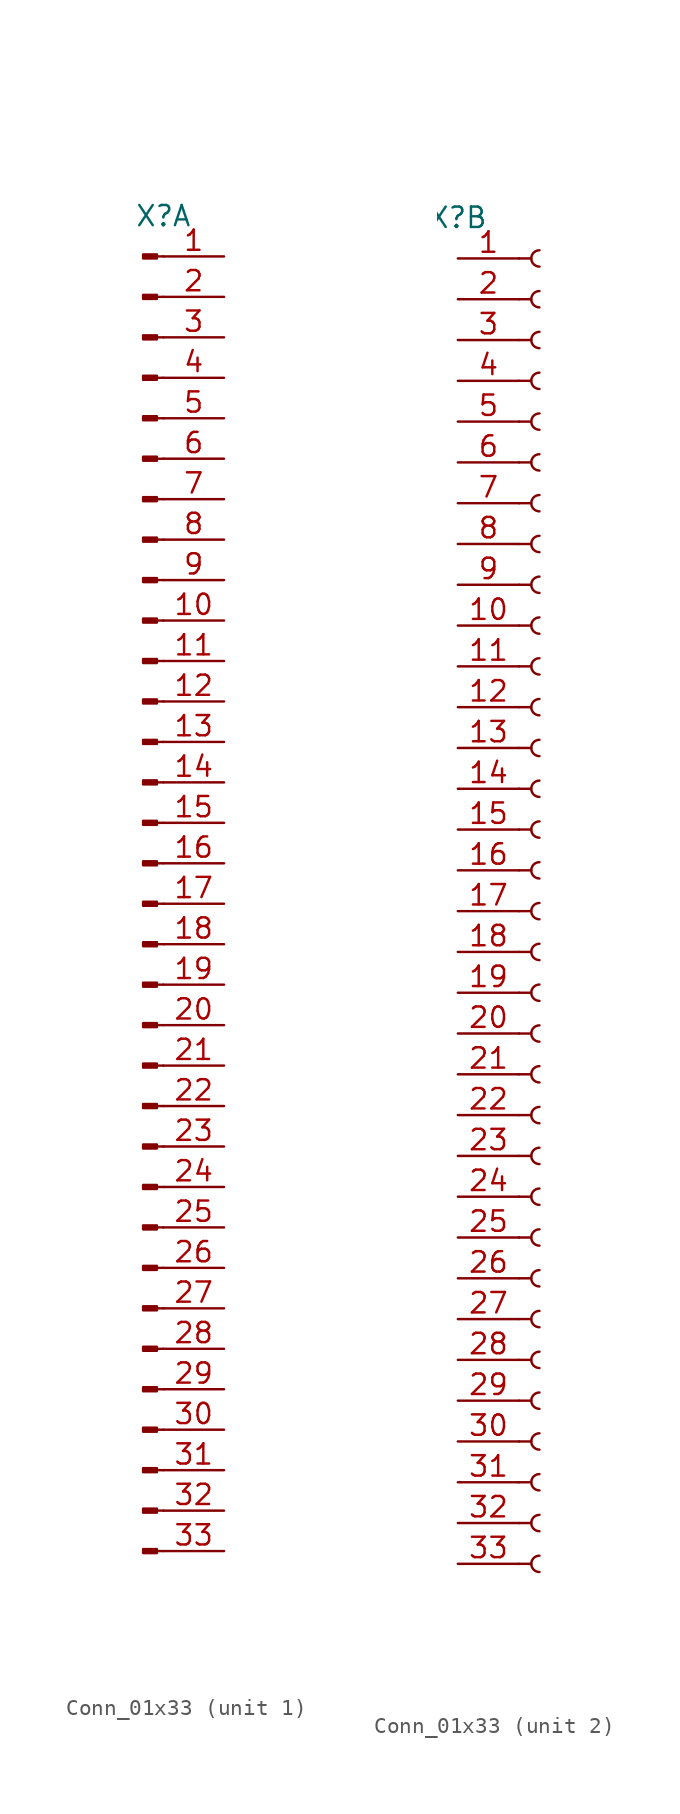
<source format=kicad_sym>
(kicad_symbol_lib
  (version 20241209)
  (generator "kicad_symbol_editor")
  (generator_version "9.0")
  (symbol "Conn_01x33"
    (pin_names
      (offset 1.016)
      (hide yes))
    (property "Reference" "X"
      (at 0 43.18 0)
      (effects (font (size 1.27 1.27))))
    (property "ki_locked" ""
      (at 0 0 0)
      (effects (font (size 1.27 1.27))))
    (symbol "Conn_01x33_1_1"
      (rectangle (start -0.406 40.767) (end -1.27 40.513) (stroke (width 0.152) (type default)) (fill (type outline)))
      (rectangle (start -0.406 38.227) (end -1.27 37.973) (stroke (width 0.152) (type default)) (fill (type outline)))
      (rectangle (start -0.406 35.687) (end -1.27 35.433) (stroke (width 0.152) (type default)) (fill (type outline)))
      (rectangle (start -0.406 33.147) (end -1.27 32.893) (stroke (width 0.152) (type default)) (fill (type outline)))
      (rectangle (start -0.406 30.607) (end -1.27 30.353) (stroke (width 0.152) (type default)) (fill (type outline)))
      (rectangle (start -0.406 28.067) (end -1.27 27.813) (stroke (width 0.152) (type default)) (fill (type outline)))
      (rectangle (start -0.406 25.527) (end -1.27 25.273) (stroke (width 0.152) (type default)) (fill (type outline)))
      (rectangle (start -0.406 22.987) (end -1.27 22.733) (stroke (width 0.152) (type default)) (fill (type outline)))
      (rectangle (start -0.406 20.447) (end -1.27 20.193) (stroke (width 0.152) (type default)) (fill (type outline)))
      (rectangle (start -0.406 17.907) (end -1.27 17.653) (stroke (width 0.152) (type default)) (fill (type outline)))
      (rectangle (start -0.406 15.367) (end -1.27 15.113) (stroke (width 0.152) (type default)) (fill (type outline)))
      (rectangle (start -0.406 12.827) (end -1.27 12.573) (stroke (width 0.152) (type default)) (fill (type outline)))
      (rectangle (start -0.406 10.287) (end -1.27 10.033) (stroke (width 0.152) (type default)) (fill (type outline)))
      (rectangle (start -0.406 7.747) (end -1.27 7.493) (stroke (width 0.152) (type default)) (fill (type outline)))
      (rectangle (start -0.406 5.207) (end -1.27 4.953) (stroke (width 0.152) (type default)) (fill (type outline)))
      (rectangle (start -0.406 2.667) (end -1.27 2.413) (stroke (width 0.152) (type default)) (fill (type outline)))
      (rectangle (start -0.406 0.127) (end -1.27 -0.127) (stroke (width 0.152) (type default)) (fill (type outline)))
      (rectangle (start -0.406 -2.413) (end -1.27 -2.667) (stroke (width 0.152) (type default)) (fill (type outline)))
      (rectangle (start -0.406 -4.953) (end -1.27 -5.207) (stroke (width 0.152) (type default)) (fill (type outline)))
      (rectangle (start -0.406 -7.493) (end -1.27 -7.747) (stroke (width 0.152) (type default)) (fill (type outline)))
      (rectangle (start -0.406 -10.033) (end -1.27 -10.287) (stroke (width 0.152) (type default)) (fill (type outline)))
      (rectangle (start -0.406 -12.573) (end -1.27 -12.827) (stroke (width 0.152) (type default)) (fill (type outline)))
      (rectangle (start -0.406 -15.113) (end -1.27 -15.367) (stroke (width 0.152) (type default)) (fill (type outline)))
      (rectangle (start -0.406 -17.653) (end -1.27 -17.907) (stroke (width 0.152) (type default)) (fill (type outline)))
      (rectangle (start -0.406 -20.193) (end -1.27 -20.447) (stroke (width 0.152) (type default)) (fill (type outline)))
      (rectangle (start -0.406 -22.733) (end -1.27 -22.987) (stroke (width 0.152) (type default)) (fill (type outline)))
      (rectangle (start -0.406 -25.273) (end -1.27 -25.527) (stroke (width 0.152) (type default)) (fill (type outline)))
      (rectangle (start -0.406 -27.813) (end -1.27 -28.067) (stroke (width 0.152) (type default)) (fill (type outline)))
      (rectangle (start -0.406 -30.353) (end -1.27 -30.607) (stroke (width 0.152) (type default)) (fill (type outline)))
      (rectangle (start -0.406 -32.893) (end -1.27 -33.147) (stroke (width 0.152) (type default)) (fill (type outline)))
      (rectangle (start -0.406 -35.433) (end -1.27 -35.687) (stroke (width 0.152) (type default)) (fill (type outline)))
      (rectangle (start -0.406 -37.973) (end -1.27 -38.227) (stroke (width 0.152) (type default)) (fill (type outline)))
      (rectangle (start -0.406 -40.513) (end -1.27 -40.767) (stroke (width 0.152) (type default)) (fill (type outline)))
      (polyline (pts (xy 0 40.64) (xy -0.406 40.64)) (stroke (width 0.152) (type default)) (fill (type none)))
      (polyline (pts (xy 0 38.1) (xy -0.406 38.1)) (stroke (width 0.152) (type default)) (fill (type none)))
      (polyline (pts (xy 0 35.56) (xy -0.406 35.56)) (stroke (width 0.152) (type default)) (fill (type none)))
      (polyline (pts (xy 0 33.02) (xy -0.406 33.02)) (stroke (width 0.152) (type default)) (fill (type none)))
      (polyline (pts (xy 0 30.48) (xy -0.406 30.48)) (stroke (width 0.152) (type default)) (fill (type none)))
      (polyline (pts (xy 0 27.94) (xy -0.406 27.94)) (stroke (width 0.152) (type default)) (fill (type none)))
      (polyline (pts (xy 0 25.4) (xy -0.406 25.4)) (stroke (width 0.152) (type default)) (fill (type none)))
      (polyline (pts (xy 0 22.86) (xy -0.406 22.86)) (stroke (width 0.152) (type default)) (fill (type none)))
      (polyline (pts (xy 0 20.32) (xy -0.406 20.32)) (stroke (width 0.152) (type default)) (fill (type none)))
      (polyline (pts (xy 0 17.78) (xy -0.406 17.78)) (stroke (width 0.152) (type default)) (fill (type none)))
      (polyline (pts (xy 0 15.24) (xy -0.406 15.24)) (stroke (width 0.152) (type default)) (fill (type none)))
      (polyline (pts (xy 0 12.7) (xy -0.406 12.7)) (stroke (width 0.152) (type default)) (fill (type none)))
      (polyline (pts (xy 0 10.16) (xy -0.406 10.16)) (stroke (width 0.152) (type default)) (fill (type none)))
      (polyline (pts (xy 0 7.62) (xy -0.406 7.62)) (stroke (width 0.152) (type default)) (fill (type none)))
      (polyline (pts (xy 0 5.08) (xy -0.406 5.08)) (stroke (width 0.152) (type default)) (fill (type none)))
      (polyline (pts (xy 0 2.54) (xy -0.406 2.54)) (stroke (width 0.152) (type default)) (fill (type none)))
      (polyline (pts (xy 0 0) (xy -0.406 0)) (stroke (width 0.152) (type default)) (fill (type none)))
      (polyline (pts (xy 0 -2.54) (xy -0.406 -2.54)) (stroke (width 0.152) (type default)) (fill (type none)))
      (polyline (pts (xy 0 -5.08) (xy -0.406 -5.08)) (stroke (width 0.152) (type default)) (fill (type none)))
      (polyline (pts (xy 0 -7.62) (xy -0.406 -7.62)) (stroke (width 0.152) (type default)) (fill (type none)))
      (polyline (pts (xy 0 -10.16) (xy -0.406 -10.16)) (stroke (width 0.152) (type default)) (fill (type none)))
      (polyline (pts (xy 0 -12.7) (xy -0.406 -12.7)) (stroke (width 0.152) (type default)) (fill (type none)))
      (polyline (pts (xy 0 -15.24) (xy -0.406 -15.24)) (stroke (width 0.152) (type default)) (fill (type none)))
      (polyline (pts (xy 0 -17.78) (xy -0.406 -17.78)) (stroke (width 0.152) (type default)) (fill (type none)))
      (polyline (pts (xy 0 -20.32) (xy -0.406 -20.32)) (stroke (width 0.152) (type default)) (fill (type none)))
      (polyline (pts (xy 0 -22.86) (xy -0.406 -22.86)) (stroke (width 0.152) (type default)) (fill (type none)))
      (polyline (pts (xy 0 -25.4) (xy -0.406 -25.4)) (stroke (width 0.152) (type default)) (fill (type none)))
      (polyline (pts (xy 0 -27.94) (xy -0.406 -27.94)) (stroke (width 0.152) (type default)) (fill (type none)))
      (polyline (pts (xy 0 -30.48) (xy -0.406 -30.48)) (stroke (width 0.152) (type default)) (fill (type none)))
      (polyline (pts (xy 0 -33.02) (xy -0.406 -33.02)) (stroke (width 0.152) (type default)) (fill (type none)))
      (polyline (pts (xy 0 -35.56) (xy -0.406 -35.56)) (stroke (width 0.152) (type default)) (fill (type none)))
      (polyline (pts (xy 0 -38.1) (xy -0.406 -38.1)) (stroke (width 0.152) (type default)) (fill (type none)))
      (polyline (pts (xy 0 -40.64) (xy -0.406 -40.64)) (stroke (width 0.152) (type default)) (fill (type none)))
      (pin passive line (at 3.81 40.64 180) (length 3.81) (name "Pin_1" (effects (font (size 1.27 1.27)))) (number "1" (effects (font (size 1.27 1.27)))))
      (pin passive line (at 3.81 38.1 180) (length 3.81) (name "Pin_2" (effects (font (size 1.27 1.27)))) (number "2" (effects (font (size 1.27 1.27)))))
      (pin passive line (at 3.81 35.56 180) (length 3.81) (name "Pin_3" (effects (font (size 1.27 1.27)))) (number "3" (effects (font (size 1.27 1.27)))))
      (pin passive line (at 3.81 33.02 180) (length 3.81) (name "Pin_4" (effects (font (size 1.27 1.27)))) (number "4" (effects (font (size 1.27 1.27)))))
      (pin passive line (at 3.81 30.48 180) (length 3.81) (name "Pin_5" (effects (font (size 1.27 1.27)))) (number "5" (effects (font (size 1.27 1.27)))))
      (pin passive line (at 3.81 27.94 180) (length 3.81) (name "Pin_6" (effects (font (size 1.27 1.27)))) (number "6" (effects (font (size 1.27 1.27)))))
      (pin passive line (at 3.81 25.4 180) (length 3.81) (name "Pin_7" (effects (font (size 1.27 1.27)))) (number "7" (effects (font (size 1.27 1.27)))))
      (pin passive line (at 3.81 22.86 180) (length 3.81) (name "Pin_8" (effects (font (size 1.27 1.27)))) (number "8" (effects (font (size 1.27 1.27)))))
      (pin passive line (at 3.81 20.32 180) (length 3.81) (name "Pin_9" (effects (font (size 1.27 1.27)))) (number "9" (effects (font (size 1.27 1.27)))))
      (pin passive line (at 3.81 17.78 180) (length 3.81) (name "Pin_10" (effects (font (size 1.27 1.27)))) (number "10" (effects (font (size 1.27 1.27)))))
      (pin passive line (at 3.81 15.24 180) (length 3.81) (name "Pin_11" (effects (font (size 1.27 1.27)))) (number "11" (effects (font (size 1.27 1.27)))))
      (pin passive line (at 3.81 12.7 180) (length 3.81) (name "Pin_12" (effects (font (size 1.27 1.27)))) (number "12" (effects (font (size 1.27 1.27)))))
      (pin passive line (at 3.81 10.16 180) (length 3.81) (name "Pin_13" (effects (font (size 1.27 1.27)))) (number "13" (effects (font (size 1.27 1.27)))))
      (pin passive line (at 3.81 7.62 180) (length 3.81) (name "Pin_14" (effects (font (size 1.27 1.27)))) (number "14" (effects (font (size 1.27 1.27)))))
      (pin passive line (at 3.81 5.08 180) (length 3.81) (name "Pin_15" (effects (font (size 1.27 1.27)))) (number "15" (effects (font (size 1.27 1.27)))))
      (pin passive line (at 3.81 2.54 180) (length 3.81) (name "Pin_16" (effects (font (size 1.27 1.27)))) (number "16" (effects (font (size 1.27 1.27)))))
      (pin passive line (at 3.81 0 180) (length 3.81) (name "Pin_17" (effects (font (size 1.27 1.27)))) (number "17" (effects (font (size 1.27 1.27)))))
      (pin passive line (at 3.81 -2.54 180) (length 3.81) (name "Pin_18" (effects (font (size 1.27 1.27)))) (number "18" (effects (font (size 1.27 1.27)))))
      (pin passive line (at 3.81 -5.08 180) (length 3.81) (name "Pin_19" (effects (font (size 1.27 1.27)))) (number "19" (effects (font (size 1.27 1.27)))))
      (pin passive line (at 3.81 -7.62 180) (length 3.81) (name "Pin_20" (effects (font (size 1.27 1.27)))) (number "20" (effects (font (size 1.27 1.27)))))
      (pin passive line (at 3.81 -10.16 180) (length 3.81) (name "Pin_21" (effects (font (size 1.27 1.27)))) (number "21" (effects (font (size 1.27 1.27)))))
      (pin passive line (at 3.81 -12.7 180) (length 3.81) (name "Pin_22" (effects (font (size 1.27 1.27)))) (number "22" (effects (font (size 1.27 1.27)))))
      (pin passive line (at 3.81 -15.24 180) (length 3.81) (name "Pin_23" (effects (font (size 1.27 1.27)))) (number "23" (effects (font (size 1.27 1.27)))))
      (pin passive line (at 3.81 -17.78 180) (length 3.81) (name "Pin_24" (effects (font (size 1.27 1.27)))) (number "24" (effects (font (size 1.27 1.27)))))
      (pin passive line (at 3.81 -20.32 180) (length 3.81) (name "Pin_25" (effects (font (size 1.27 1.27)))) (number "25" (effects (font (size 1.27 1.27)))))
      (pin passive line (at 3.81 -22.86 180) (length 3.81) (name "Pin_26" (effects (font (size 1.27 1.27)))) (number "26" (effects (font (size 1.27 1.27)))))
      (pin passive line (at 3.81 -25.4 180) (length 3.81) (name "Pin_27" (effects (font (size 1.27 1.27)))) (number "27" (effects (font (size 1.27 1.27)))))
      (pin passive line (at 3.81 -27.94 180) (length 3.81) (name "Pin_28" (effects (font (size 1.27 1.27)))) (number "28" (effects (font (size 1.27 1.27)))))
      (pin passive line (at 3.81 -30.48 180) (length 3.81) (name "Pin_29" (effects (font (size 1.27 1.27)))) (number "29" (effects (font (size 1.27 1.27)))))
      (pin passive line (at 3.81 -33.02 180) (length 3.81) (name "Pin_30" (effects (font (size 1.27 1.27)))) (number "30" (effects (font (size 1.27 1.27)))))
      (pin passive line (at 3.81 -35.56 180) (length 3.81) (name "Pin_31" (effects (font (size 1.27 1.27)))) (number "31" (effects (font (size 1.27 1.27)))))
      (pin passive line (at 3.81 -38.1 180) (length 3.81) (name "Pin_32" (effects (font (size 1.27 1.27)))) (number "32" (effects (font (size 1.27 1.27)))))
      (pin passive line (at 3.81 -40.64 180) (length 3.81) (name "Pin_33" (effects (font (size 1.27 1.27)))) (number "33" (effects (font (size 1.27 1.27))))))
    (symbol "Conn_01x33_2_1"
      (polyline (pts (xy 3.81 40.64) (xy 4.572 40.64)) (stroke (width 0.152) (type default)) (fill (type none)))
      (polyline (pts (xy 3.81 38.1) (xy 4.572 38.1)) (stroke (width 0.152) (type default)) (fill (type none)))
      (polyline (pts (xy 3.81 35.56) (xy 4.572 35.56)) (stroke (width 0.152) (type default)) (fill (type none)))
      (polyline (pts (xy 3.81 33.02) (xy 4.572 33.02)) (stroke (width 0.152) (type default)) (fill (type none)))
      (polyline (pts (xy 3.81 30.48) (xy 4.572 30.48)) (stroke (width 0.152) (type default)) (fill (type none)))
      (polyline (pts (xy 3.81 27.94) (xy 4.572 27.94)) (stroke (width 0.152) (type default)) (fill (type none)))
      (polyline (pts (xy 3.81 25.4) (xy 4.572 25.4)) (stroke (width 0.152) (type default)) (fill (type none)))
      (polyline (pts (xy 3.81 22.86) (xy 4.572 22.86)) (stroke (width 0.152) (type default)) (fill (type none)))
      (polyline (pts (xy 3.81 20.32) (xy 4.572 20.32)) (stroke (width 0.152) (type default)) (fill (type none)))
      (polyline (pts (xy 3.81 17.78) (xy 4.572 17.78)) (stroke (width 0.152) (type default)) (fill (type none)))
      (polyline (pts (xy 3.81 15.24) (xy 4.572 15.24)) (stroke (width 0.152) (type default)) (fill (type none)))
      (polyline (pts (xy 3.81 12.7) (xy 4.572 12.7)) (stroke (width 0.152) (type default)) (fill (type none)))
      (polyline (pts (xy 3.81 10.16) (xy 4.572 10.16)) (stroke (width 0.152) (type default)) (fill (type none)))
      (polyline (pts (xy 3.81 7.62) (xy 4.572 7.62)) (stroke (width 0.152) (type default)) (fill (type none)))
      (polyline (pts (xy 3.81 5.08) (xy 4.572 5.08)) (stroke (width 0.152) (type default)) (fill (type none)))
      (polyline (pts (xy 3.81 2.54) (xy 4.572 2.54)) (stroke (width 0.152) (type default)) (fill (type none)))
      (polyline (pts (xy 3.81 0) (xy 4.572 0)) (stroke (width 0.152) (type default)) (fill (type none)))
      (polyline (pts (xy 3.81 -2.54) (xy 4.572 -2.54)) (stroke (width 0.152) (type default)) (fill (type none)))
      (polyline (pts (xy 3.81 -5.08) (xy 4.572 -5.08)) (stroke (width 0.152) (type default)) (fill (type none)))
      (polyline (pts (xy 3.81 -7.62) (xy 4.572 -7.62)) (stroke (width 0.152) (type default)) (fill (type none)))
      (polyline (pts (xy 3.81 -10.16) (xy 4.572 -10.16)) (stroke (width 0.152) (type default)) (fill (type none)))
      (polyline (pts (xy 3.81 -12.7) (xy 4.572 -12.7)) (stroke (width 0.152) (type default)) (fill (type none)))
      (polyline (pts (xy 3.81 -15.24) (xy 4.572 -15.24)) (stroke (width 0.152) (type default)) (fill (type none)))
      (polyline (pts (xy 3.81 -17.78) (xy 4.572 -17.78)) (stroke (width 0.152) (type default)) (fill (type none)))
      (polyline (pts (xy 3.81 -20.32) (xy 4.572 -20.32)) (stroke (width 0.152) (type default)) (fill (type none)))
      (polyline (pts (xy 3.81 -22.86) (xy 4.572 -22.86)) (stroke (width 0.152) (type default)) (fill (type none)))
      (polyline (pts (xy 3.81 -25.4) (xy 4.572 -25.4)) (stroke (width 0.152) (type default)) (fill (type none)))
      (polyline (pts (xy 3.81 -27.94) (xy 4.572 -27.94)) (stroke (width 0.152) (type default)) (fill (type none)))
      (polyline (pts (xy 3.81 -30.48) (xy 4.572 -30.48)) (stroke (width 0.152) (type default)) (fill (type none)))
      (polyline (pts (xy 3.81 -33.02) (xy 4.572 -33.02)) (stroke (width 0.152) (type default)) (fill (type none)))
      (polyline (pts (xy 3.81 -35.56) (xy 4.572 -35.56)) (stroke (width 0.152) (type default)) (fill (type none)))
      (polyline (pts (xy 3.81 -38.1) (xy 4.572 -38.1)) (stroke (width 0.152) (type default)) (fill (type none)))
      (polyline (pts (xy 3.81 -40.64) (xy 4.572 -40.64)) (stroke (width 0.152) (type default)) (fill (type none)))
      (arc (start 5.08 40.132) (mid 4.5742 40.64) (end 5.08 41.148) (stroke (width 0.1524) (type default)) (fill (type none)))
      (arc (start 5.08 37.592) (mid 4.5742 38.1) (end 5.08 38.608) (stroke (width 0.1524) (type default)) (fill (type none)))
      (arc (start 5.08 35.052) (mid 4.5742 35.56) (end 5.08 36.068) (stroke (width 0.1524) (type default)) (fill (type none)))
      (arc (start 5.08 32.512) (mid 4.5742 33.02) (end 5.08 33.528) (stroke (width 0.1524) (type default)) (fill (type none)))
      (arc (start 5.08 29.972) (mid 4.5742 30.48) (end 5.08 30.988) (stroke (width 0.1524) (type default)) (fill (type none)))
      (arc (start 5.08 27.432) (mid 4.5742 27.94) (end 5.08 28.448) (stroke (width 0.1524) (type default)) (fill (type none)))
      (arc (start 5.08 24.892) (mid 4.5742 25.4) (end 5.08 25.908) (stroke (width 0.1524) (type default)) (fill (type none)))
      (arc (start 5.08 22.352) (mid 4.5742 22.86) (end 5.08 23.368) (stroke (width 0.1524) (type default)) (fill (type none)))
      (arc (start 5.08 19.812) (mid 4.5742 20.32) (end 5.08 20.828) (stroke (width 0.1524) (type default)) (fill (type none)))
      (arc (start 5.08 17.272) (mid 4.5742 17.78) (end 5.08 18.288) (stroke (width 0.1524) (type default)) (fill (type none)))
      (arc (start 5.08 14.732) (mid 4.5742 15.24) (end 5.08 15.748) (stroke (width 0.1524) (type default)) (fill (type none)))
      (arc (start 5.08 12.192) (mid 4.5742 12.7) (end 5.08 13.208) (stroke (width 0.1524) (type default)) (fill (type none)))
      (arc (start 5.08 9.652) (mid 4.5742 10.16) (end 5.08 10.668) (stroke (width 0.1524) (type default)) (fill (type none)))
      (arc (start 5.08 7.112) (mid 4.5742 7.62) (end 5.08 8.128) (stroke (width 0.1524) (type default)) (fill (type none)))
      (arc (start 5.08 4.572) (mid 4.5742 5.08) (end 5.08 5.588) (stroke (width 0.1524) (type default)) (fill (type none)))
      (arc (start 5.08 2.032) (mid 4.5742 2.54) (end 5.08 3.048) (stroke (width 0.1524) (type default)) (fill (type none)))
      (arc (start 5.08 -0.508) (mid 4.5742 0) (end 5.08 0.508) (stroke (width 0.1524) (type default)) (fill (type none)))
      (arc (start 5.08 -3.048) (mid 4.5742 -2.54) (end 5.08 -2.032) (stroke (width 0.1524) (type default)) (fill (type none)))
      (arc (start 5.08 -5.588) (mid 4.5742 -5.08) (end 5.08 -4.572) (stroke (width 0.1524) (type default)) (fill (type none)))
      (arc (start 5.08 -8.128) (mid 4.5742 -7.62) (end 5.08 -7.112) (stroke (width 0.1524) (type default)) (fill (type none)))
      (arc (start 5.08 -10.668) (mid 4.5742 -10.16) (end 5.08 -9.652) (stroke (width 0.1524) (type default)) (fill (type none)))
      (arc (start 5.08 -13.208) (mid 4.5742 -12.7) (end 5.08 -12.192) (stroke (width 0.1524) (type default)) (fill (type none)))
      (arc (start 5.08 -15.748) (mid 4.5742 -15.24) (end 5.08 -14.732) (stroke (width 0.1524) (type default)) (fill (type none)))
      (arc (start 5.08 -18.288) (mid 4.5742 -17.78) (end 5.08 -17.272) (stroke (width 0.1524) (type default)) (fill (type none)))
      (arc (start 5.08 -20.828) (mid 4.5742 -20.32) (end 5.08 -19.812) (stroke (width 0.1524) (type default)) (fill (type none)))
      (arc (start 5.08 -23.368) (mid 4.5742 -22.86) (end 5.08 -22.352) (stroke (width 0.1524) (type default)) (fill (type none)))
      (arc (start 5.08 -25.908) (mid 4.5742 -25.4) (end 5.08 -24.892) (stroke (width 0.1524) (type default)) (fill (type none)))
      (arc (start 5.08 -28.448) (mid 4.5742 -27.94) (end 5.08 -27.432) (stroke (width 0.1524) (type default)) (fill (type none)))
      (arc (start 5.08 -30.988) (mid 4.5742 -30.48) (end 5.08 -29.972) (stroke (width 0.1524) (type default)) (fill (type none)))
      (arc (start 5.08 -33.528) (mid 4.5742 -33.02) (end 5.08 -32.512) (stroke (width 0.1524) (type default)) (fill (type none)))
      (arc (start 5.08 -36.068) (mid 4.5742 -35.56) (end 5.08 -35.052) (stroke (width 0.1524) (type default)) (fill (type none)))
      (arc (start 5.08 -38.608) (mid 4.5742 -38.1) (end 5.08 -37.592) (stroke (width 0.1524) (type default)) (fill (type none)))
      (arc (start 5.08 -41.148) (mid 4.5742 -40.64) (end 5.08 -40.132) (stroke (width 0.1524) (type default)) (fill (type none)))
      (pin passive line (at 0 40.64 0) (length 3.81) (name "Pin_1" (effects (font (size 1.27 1.27)))) (number "1" (effects (font (size 1.27 1.27)))))
      (pin passive line (at 0 38.1 0) (length 3.81) (name "Pin_2" (effects (font (size 1.27 1.27)))) (number "2" (effects (font (size 1.27 1.27)))))
      (pin passive line (at 0 35.56 0) (length 3.81) (name "Pin_3" (effects (font (size 1.27 1.27)))) (number "3" (effects (font (size 1.27 1.27)))))
      (pin passive line (at 0 33.02 0) (length 3.81) (name "Pin_4" (effects (font (size 1.27 1.27)))) (number "4" (effects (font (size 1.27 1.27)))))
      (pin passive line (at 0 30.48 0) (length 3.81) (name "Pin_5" (effects (font (size 1.27 1.27)))) (number "5" (effects (font (size 1.27 1.27)))))
      (pin passive line (at 0 27.94 0) (length 3.81) (name "Pin_6" (effects (font (size 1.27 1.27)))) (number "6" (effects (font (size 1.27 1.27)))))
      (pin passive line (at 0 25.4 0) (length 3.81) (name "Pin_7" (effects (font (size 1.27 1.27)))) (number "7" (effects (font (size 1.27 1.27)))))
      (pin passive line (at 0 22.86 0) (length 3.81) (name "Pin_8" (effects (font (size 1.27 1.27)))) (number "8" (effects (font (size 1.27 1.27)))))
      (pin passive line (at 0 20.32 0) (length 3.81) (name "Pin_9" (effects (font (size 1.27 1.27)))) (number "9" (effects (font (size 1.27 1.27)))))
      (pin passive line (at 0 17.78 0) (length 3.81) (name "Pin_10" (effects (font (size 1.27 1.27)))) (number "10" (effects (font (size 1.27 1.27)))))
      (pin passive line (at 0 15.24 0) (length 3.81) (name "Pin_11" (effects (font (size 1.27 1.27)))) (number "11" (effects (font (size 1.27 1.27)))))
      (pin passive line (at 0 12.7 0) (length 3.81) (name "Pin_12" (effects (font (size 1.27 1.27)))) (number "12" (effects (font (size 1.27 1.27)))))
      (pin passive line (at 0 10.16 0) (length 3.81) (name "Pin_13" (effects (font (size 1.27 1.27)))) (number "13" (effects (font (size 1.27 1.27)))))
      (pin passive line (at 0 7.62 0) (length 3.81) (name "Pin_14" (effects (font (size 1.27 1.27)))) (number "14" (effects (font (size 1.27 1.27)))))
      (pin passive line (at 0 5.08 0) (length 3.81) (name "Pin_15" (effects (font (size 1.27 1.27)))) (number "15" (effects (font (size 1.27 1.27)))))
      (pin passive line (at 0 2.54 0) (length 3.81) (name "Pin_16" (effects (font (size 1.27 1.27)))) (number "16" (effects (font (size 1.27 1.27)))))
      (pin passive line (at 0 0 0) (length 3.81) (name "Pin_17" (effects (font (size 1.27 1.27)))) (number "17" (effects (font (size 1.27 1.27)))))
      (pin passive line (at 0 -2.54 0) (length 3.81) (name "Pin_18" (effects (font (size 1.27 1.27)))) (number "18" (effects (font (size 1.27 1.27)))))
      (pin passive line (at 0 -5.08 0) (length 3.81) (name "Pin_19" (effects (font (size 1.27 1.27)))) (number "19" (effects (font (size 1.27 1.27)))))
      (pin passive line (at 0 -7.62 0) (length 3.81) (name "Pin_20" (effects (font (size 1.27 1.27)))) (number "20" (effects (font (size 1.27 1.27)))))
      (pin passive line (at 0 -10.16 0) (length 3.81) (name "Pin_21" (effects (font (size 1.27 1.27)))) (number "21" (effects (font (size 1.27 1.27)))))
      (pin passive line (at 0 -12.7 0) (length 3.81) (name "Pin_22" (effects (font (size 1.27 1.27)))) (number "22" (effects (font (size 1.27 1.27)))))
      (pin passive line (at 0 -15.24 0) (length 3.81) (name "Pin_23" (effects (font (size 1.27 1.27)))) (number "23" (effects (font (size 1.27 1.27)))))
      (pin passive line (at 0 -17.78 0) (length 3.81) (name "Pin_24" (effects (font (size 1.27 1.27)))) (number "24" (effects (font (size 1.27 1.27)))))
      (pin passive line (at 0 -20.32 0) (length 3.81) (name "Pin_25" (effects (font (size 1.27 1.27)))) (number "25" (effects (font (size 1.27 1.27)))))
      (pin passive line (at 0 -22.86 0) (length 3.81) (name "Pin_26" (effects (font (size 1.27 1.27)))) (number "26" (effects (font (size 1.27 1.27)))))
      (pin passive line (at 0 -25.4 0) (length 3.81) (name "Pin_27" (effects (font (size 1.27 1.27)))) (number "27" (effects (font (size 1.27 1.27)))))
      (pin passive line (at 0 -27.94 0) (length 3.81) (name "Pin_28" (effects (font (size 1.27 1.27)))) (number "28" (effects (font (size 1.27 1.27)))))
      (pin passive line (at 0 -30.48 0) (length 3.81) (name "Pin_29" (effects (font (size 1.27 1.27)))) (number "29" (effects (font (size 1.27 1.27)))))
      (pin passive line (at 0 -33.02 0) (length 3.81) (name "Pin_30" (effects (font (size 1.27 1.27)))) (number "30" (effects (font (size 1.27 1.27)))))
      (pin passive line (at 0 -35.56 0) (length 3.81) (name "Pin_31" (effects (font (size 1.27 1.27)))) (number "31" (effects (font (size 1.27 1.27)))))
      (pin passive line (at 0 -38.1 0) (length 3.81) (name "Pin_32" (effects (font (size 1.27 1.27)))) (number "32" (effects (font (size 1.27 1.27)))))
      (pin passive line (at 0 -40.64 0) (length 3.81) (name "Pin_33" (effects (font (size 1.27 1.27)))) (number "33" (effects (font (size 1.27 1.27))))))))
</source>
